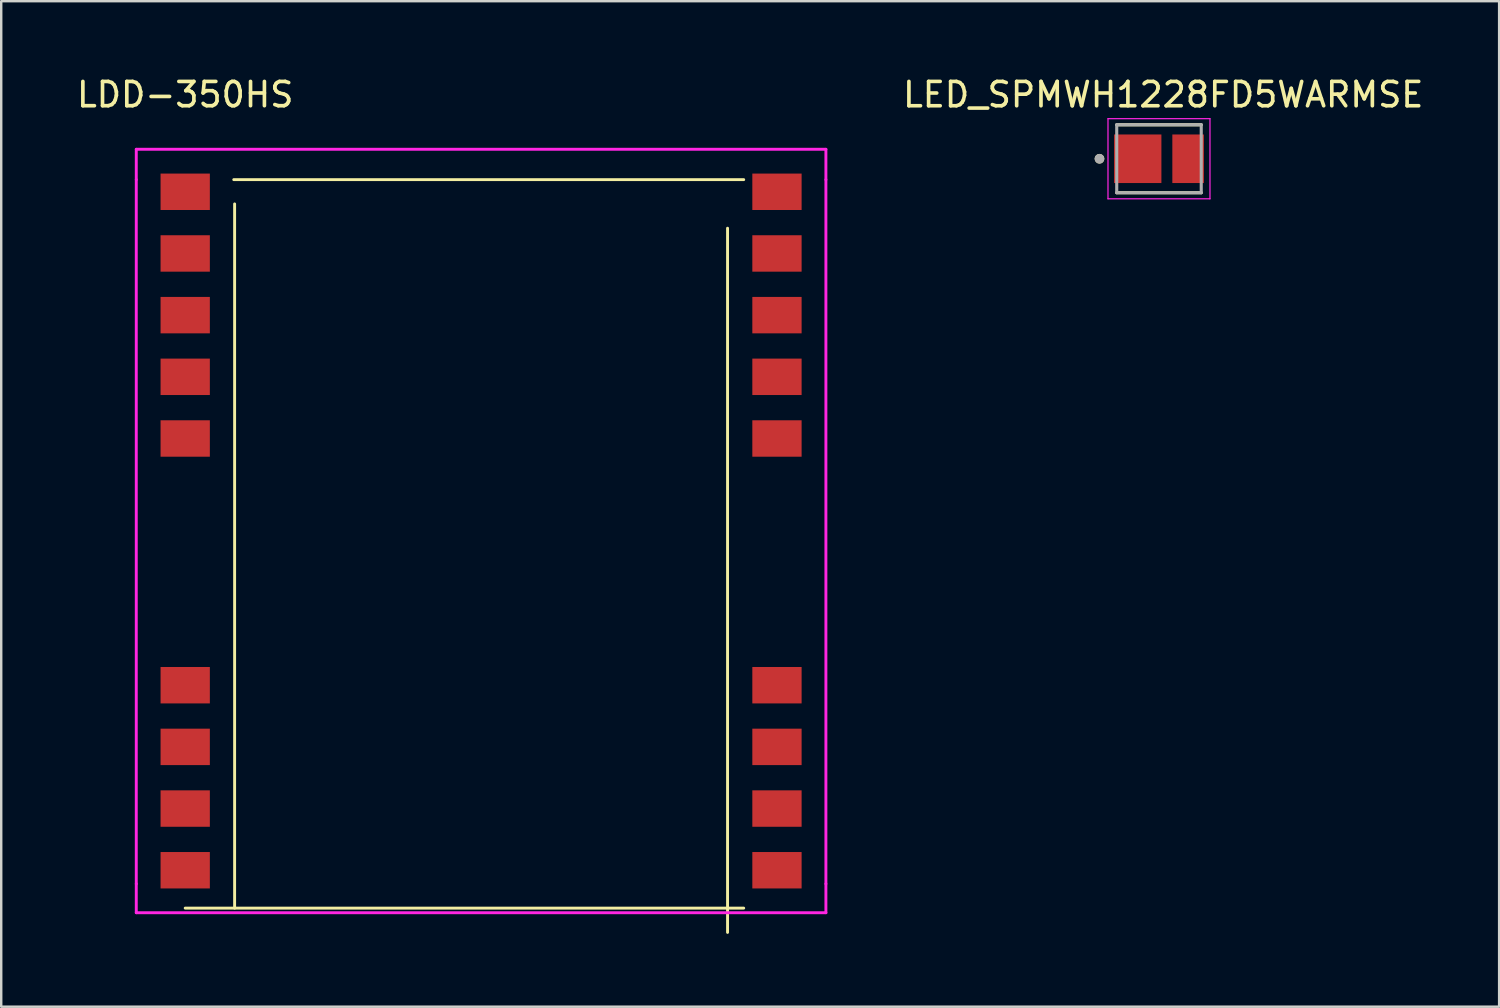
<source format=kicad_pcb>
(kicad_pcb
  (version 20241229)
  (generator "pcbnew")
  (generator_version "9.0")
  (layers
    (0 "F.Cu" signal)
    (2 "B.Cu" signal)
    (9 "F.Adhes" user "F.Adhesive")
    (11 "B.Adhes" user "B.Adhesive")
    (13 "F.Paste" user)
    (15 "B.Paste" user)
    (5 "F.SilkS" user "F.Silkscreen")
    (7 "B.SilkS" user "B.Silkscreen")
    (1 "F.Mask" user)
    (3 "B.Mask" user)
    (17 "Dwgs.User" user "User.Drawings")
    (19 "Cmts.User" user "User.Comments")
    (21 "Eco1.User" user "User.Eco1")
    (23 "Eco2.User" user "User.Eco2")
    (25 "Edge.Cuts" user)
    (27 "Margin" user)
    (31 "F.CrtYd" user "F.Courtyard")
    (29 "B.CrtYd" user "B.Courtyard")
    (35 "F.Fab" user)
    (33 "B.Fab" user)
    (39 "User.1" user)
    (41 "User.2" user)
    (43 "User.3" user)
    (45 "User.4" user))
  (footprint "LDD-350HS"
    (layer "F.Cu")
    (at 4.577 0.348)
    (property "Reference" "LDD-350HS" (at 0 0.5 0) (layer "F.SilkS") (effects (font (size 1 1) (thickness 0.15))))
    (attr through_hole)
    (fp_line (start 0 34) (end 23 34) (stroke (width 0.12) (type solid)) (layer "F.SilkS"))
    (fp_line (start 2 4) (end 23 4) (stroke (width 0.12) (type solid)) (layer "F.SilkS"))
    (fp_line (start 2.035 5) (end 2.035 34) (stroke (width 0.12) (type solid)) (layer "F.SilkS"))
    (fp_line (start 22.335 6) (end 22.335 35) (stroke (width 0.12) (type solid)) (layer "F.SilkS"))
    (fp_line (start -2.015 2.75) (end 26.385 2.75) (stroke (width 0.12) (type solid)) (layer "F.CrtYd"))
    (fp_line (start -2.015 4) (end -2.015 2.75) (stroke (width 0.12) (type solid)) (layer "F.CrtYd"))
    (fp_line (start -2.015 4) (end -2.015 33) (stroke (width 0.12) (type solid)) (layer "F.CrtYd"))
    (fp_line (start -2.015 33) (end -2.015 34.19) (stroke (width 0.12) (type solid)) (layer "F.CrtYd"))
    (fp_line (start -2.015 34.19) (end 26.385 34.19) (stroke (width 0.12) (type solid)) (layer "F.CrtYd"))
    (fp_line (start 26.385 2.75) (end 26.385 4) (stroke (width 0.12) (type solid)) (layer "F.CrtYd"))
    (fp_line (start 26.385 4) (end 26.385 33) (stroke (width 0.12) (type solid)) (layer "F.CrtYd"))
    (fp_line (start 26.385 33) (end 26.385 34.19) (stroke (width 0.12) (type solid)) (layer "F.CrtYd"))
    (pad "1" smd rect (at 0 4.5) (size 2.03 1.5) (layers "F.Cu" "F.Mask" "F.Paste"))
    (pad "2" smd rect (at 0 7.04) (size 2.03 1.5) (layers "F.Cu" "F.Mask" "F.Paste"))
    (pad "3" smd rect (at 0 9.58) (size 2.03 1.5) (layers "F.Cu" "F.Mask" "F.Paste"))
    (pad "4" smd rect (at 0 12.12) (size 2.03 1.5) (layers "F.Cu" "F.Mask" "F.Paste"))
    (pad "5" smd rect (at 0 14.66) (size 2.03 1.5) (layers "F.Cu" "F.Mask" "F.Paste"))
    (pad "9" smd rect (at 0 24.82) (size 2.03 1.5) (layers "F.Cu" "F.Mask" "F.Paste"))
    (pad "10" smd rect (at 0 27.36) (size 2.03 1.5) (layers "F.Cu" "F.Mask" "F.Paste"))
    (pad "11" smd rect (at 0 29.9) (size 2.03 1.5) (layers "F.Cu" "F.Mask" "F.Paste"))
    (pad "12" smd rect (at 0 32.44) (size 2.03 1.5) (layers "F.Cu" "F.Mask" "F.Paste"))
    (pad "13" smd rect (at 24.37 32.44) (size 2.03 1.5) (layers "F.Cu" "F.Mask" "F.Paste"))
    (pad "14" smd rect (at 24.37 29.9) (size 2.03 1.5) (layers "F.Cu" "F.Mask" "F.Paste"))
    (pad "15" smd rect (at 24.37 27.36) (size 2.03 1.5) (layers "F.Cu" "F.Mask" "F.Paste"))
    (pad "16" smd rect (at 24.37 24.82) (size 2.03 1.5) (layers "F.Cu" "F.Mask" "F.Paste"))
    (pad "20" smd rect (at 24.37 14.66) (size 2.03 1.5) (layers "F.Cu" "F.Mask" "F.Paste"))
    (pad "21" smd rect (at 24.37 12.12) (size 2.03 1.5) (layers "F.Cu" "F.Mask" "F.Paste"))
    (pad "22" smd rect (at 24.37 9.58) (size 2.03 1.5) (layers "F.Cu" "F.Mask" "F.Paste"))
    (pad "23" smd rect (at 24.37 7.04) (size 2.03 1.5) (layers "F.Cu" "F.Mask" "F.Paste"))
    (pad "24" smd rect (at 24.37 4.5) (size 2.03 1.5) (layers "F.Cu" "F.Mask" "F.Paste")))
  (footprint "LED_SPMWH1228FD5WARMSE"
    (layer "F.Cu")
    (at 44.679 3.488)
    (property "Reference" "LED_SPMWH1228FD5WARMSE" (at 0.175 -2.639 0) (layer "F.SilkS") (effects (font (size 1.002 1.002) (thickness 0.15))))
    (attr through_hole)
    (fp_line (start -1.74 -1.4) (end 1.74 -1.4) (stroke (width 0.127) (type solid)) (layer "F.SilkS"))
    (fp_line (start -1.74 1.4) (end 1.74 1.4) (stroke (width 0.127) (type solid)) (layer "F.SilkS"))
    (fp_circle (center -2.45 0) (end -2.35 0) (stroke (width 0.2) (type solid)) (fill no) (layer "F.SilkS"))
    (fp_line (start -2.1 -1.65) (end 2.1 -1.65) (stroke (width 0.05) (type solid)) (layer "F.CrtYd"))
    (fp_line (start -2.1 1.65) (end -2.1 -1.65) (stroke (width 0.05) (type solid)) (layer "F.CrtYd"))
    (fp_line (start 2.1 -1.65) (end 2.1 1.65) (stroke (width 0.05) (type solid)) (layer "F.CrtYd"))
    (fp_line (start 2.1 1.65) (end -2.1 1.65) (stroke (width 0.05) (type solid)) (layer "F.CrtYd"))
    (fp_line (start -1.74 -1.4) (end 1.74 -1.4) (stroke (width 0.127) (type solid)) (layer "F.Fab"))
    (fp_line (start -1.74 1.4) (end -1.74 -1.4) (stroke (width 0.127) (type solid)) (layer "F.Fab"))
    (fp_line (start 1.74 -1.4) (end 1.74 1.4) (stroke (width 0.127) (type solid)) (layer "F.Fab"))
    (fp_line (start 1.74 1.4) (end -1.74 1.4) (stroke (width 0.127) (type solid)) (layer "F.Fab"))
    (fp_circle (center -2.45 0) (end -2.35 0) (stroke (width 0.2) (type solid)) (fill no) (layer "F.Fab"))
    (pad "A" smd rect (at 1.2 0) (size 1.3 2) (layers "F.Cu" "F.Mask" "F.Paste"))
    (pad "C" smd rect (at -0.875 0) (size 1.95 2) (layers "F.Cu" "F.Mask" "F.Paste")))
  (gr_rect
    (start -3 -3)
    (end 58.687 38.408)
    (stroke (width 0.1) (type default))
    (fill no)
    (layer "Edge.Cuts")))
</source>
